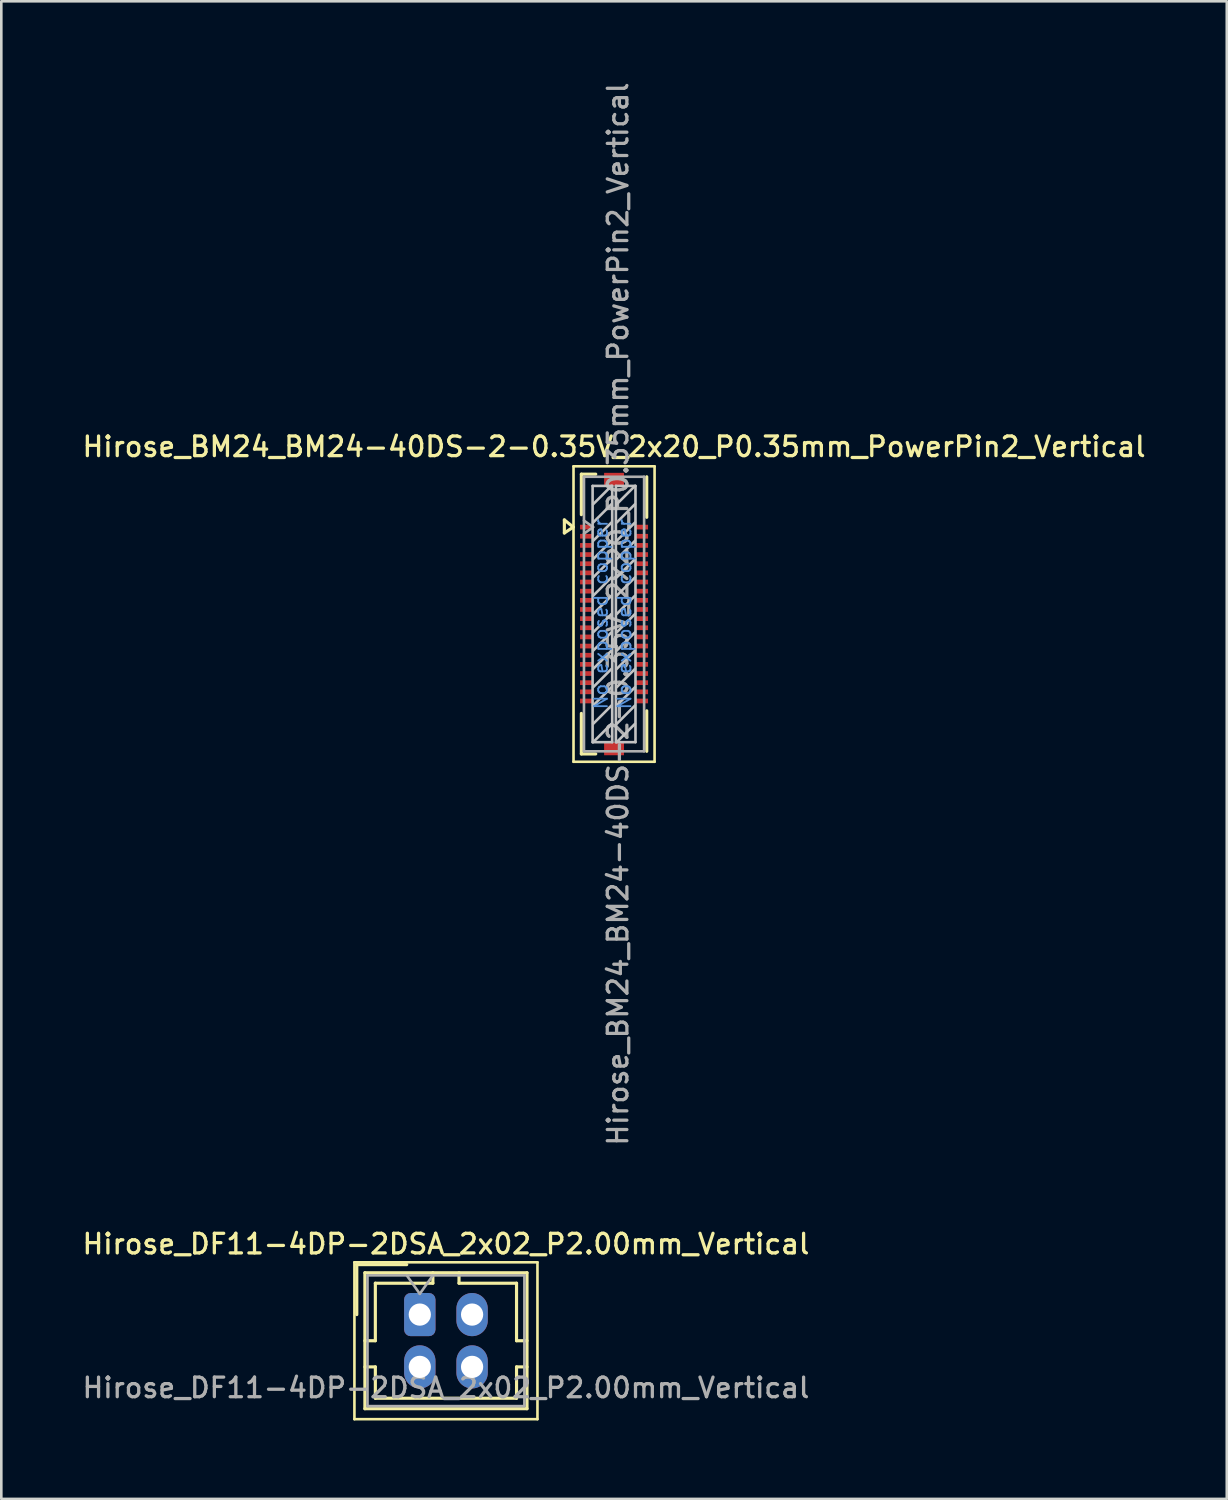
<source format=kicad_pcb>
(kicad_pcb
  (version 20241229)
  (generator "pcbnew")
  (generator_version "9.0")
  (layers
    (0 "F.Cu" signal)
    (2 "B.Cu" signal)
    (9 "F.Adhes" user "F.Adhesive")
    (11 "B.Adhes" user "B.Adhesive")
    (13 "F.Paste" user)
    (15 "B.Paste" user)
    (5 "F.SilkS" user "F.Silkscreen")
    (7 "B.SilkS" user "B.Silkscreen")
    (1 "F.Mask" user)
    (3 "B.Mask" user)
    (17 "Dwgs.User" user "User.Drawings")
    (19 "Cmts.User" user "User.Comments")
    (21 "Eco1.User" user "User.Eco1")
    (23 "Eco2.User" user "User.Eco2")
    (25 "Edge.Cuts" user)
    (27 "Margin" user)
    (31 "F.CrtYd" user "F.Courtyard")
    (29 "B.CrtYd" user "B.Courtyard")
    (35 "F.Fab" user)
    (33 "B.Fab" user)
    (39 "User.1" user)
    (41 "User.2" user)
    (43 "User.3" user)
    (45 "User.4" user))
  (footprint "Hirose_DF11-4DP-2DSA_2x02_P2.00mm_Vertical"
    (layer "F.Cu")
    (at 13.005 47.226)
    (property "Reference" "Hirose_DF11-4DP-2DSA_2x02_P2.00mm_Vertical" (at 1 -2.7 0) (layer "F.SilkS") (effects (font (size 0.75 0.75) (thickness 0.125))))
    (attr through_hole)
    (fp_line (start -2.5 -2) (end -2.5 4) (stroke (width 0.1) (type solid)) (layer "F.SilkS"))
    (fp_line (start -2.5 4) (end 4.5 4) (stroke (width 0.1) (type solid)) (layer "F.SilkS"))
    (fp_line (start -2.41 -1.91) (end -0.5 -1.91) (stroke (width 0.12) (type solid)) (layer "F.SilkS"))
    (fp_line (start -2.41 0) (end -2.41 -1.91) (stroke (width 0.12) (type solid)) (layer "F.SilkS"))
    (fp_line (start -2.1 -1.6) (end -2.1 3.6) (stroke (width 0.12) (type solid)) (layer "F.SilkS"))
    (fp_line (start -2.1 1) (end -1.7 1) (stroke (width 0.12) (type solid)) (layer "F.SilkS"))
    (fp_line (start -2.1 2) (end -1.7 2) (stroke (width 0.12) (type solid)) (layer "F.SilkS"))
    (fp_line (start -2.1 3.6) (end 4.1 3.6) (stroke (width 0.12) (type solid)) (layer "F.SilkS"))
    (fp_line (start -1.7 -1.2) (end 0.5 -1.2) (stroke (width 0.12) (type solid)) (layer "F.SilkS"))
    (fp_line (start -1.7 1) (end -1.7 -1.2) (stroke (width 0.12) (type solid)) (layer "F.SilkS"))
    (fp_line (start -1.7 2) (end -1.7 3.2) (stroke (width 0.12) (type solid)) (layer "F.SilkS"))
    (fp_line (start -1.7 3.2) (end 3.7 3.2) (stroke (width 0.12) (type solid)) (layer "F.SilkS"))
    (fp_line (start 0.5 -1.2) (end 0.5 -1.6) (stroke (width 0.12) (type solid)) (layer "F.SilkS"))
    (fp_line (start 1.5 -1.2) (end 1.5 -1.6) (stroke (width 0.12) (type solid)) (layer "F.SilkS"))
    (fp_line (start 3.7 -1.2) (end 1.5 -1.2) (stroke (width 0.12) (type solid)) (layer "F.SilkS"))
    (fp_line (start 3.7 1) (end 3.7 -1.2) (stroke (width 0.12) (type solid)) (layer "F.SilkS"))
    (fp_line (start 3.7 2) (end 4.1 2) (stroke (width 0.12) (type solid)) (layer "F.SilkS"))
    (fp_line (start 3.7 3.2) (end 3.7 2) (stroke (width 0.12) (type solid)) (layer "F.SilkS"))
    (fp_line (start 4.1 -1.6) (end -2.1 -1.6) (stroke (width 0.12) (type solid)) (layer "F.SilkS"))
    (fp_line (start 4.1 1) (end 3.7 1) (stroke (width 0.12) (type solid)) (layer "F.SilkS"))
    (fp_line (start 4.1 3.6) (end 4.1 -1.6) (stroke (width 0.12) (type solid)) (layer "F.SilkS"))
    (fp_line (start 4.5 -2) (end -2.5 -2) (stroke (width 0.1) (type solid)) (layer "F.SilkS"))
    (fp_line (start 4.5 4) (end 4.5 -2) (stroke (width 0.1) (type solid)) (layer "F.SilkS"))
    (fp_line (start -2 -1.5) (end -2 3.5) (stroke (width 0.1) (type solid)) (layer "F.Fab"))
    (fp_line (start -2 3.5) (end 4 3.5) (stroke (width 0.1) (type solid)) (layer "F.Fab"))
    (fp_line (start -0.5 -1.5) (end 0 -0.793) (stroke (width 0.1) (type solid)) (layer "F.Fab"))
    (fp_line (start 0 -0.793) (end 0.5 -1.5) (stroke (width 0.1) (type solid)) (layer "F.Fab"))
    (fp_line (start 4 -1.5) (end -2 -1.5) (stroke (width 0.1) (type solid)) (layer "F.Fab"))
    (fp_line (start 4 3.5) (end 4 -1.5) (stroke (width 0.1) (type solid)) (layer "F.Fab"))
    (fp_text user "${REFERENCE}" (at 1 2.8 0) (layer "F.Fab") (effects (font (size 0.75 0.75) (thickness 0.125))))
    (pad "1" thru_hole roundrect (at 0 0) (size 1.2 1.65) (drill 0.85) (layers "*.Cu" "*.Mask") (roundrect_rratio 0.208))
    (pad "2" thru_hole oval (at 0 2) (size 1.2 1.65) (drill 0.85) (layers "*.Cu" "*.Mask"))
    (pad "3" thru_hole oval (at 2 0) (size 1.2 1.65) (drill 0.85) (layers "*.Cu" "*.Mask"))
    (pad "4" thru_hole oval (at 2 2) (size 1.2 1.65) (drill 0.85) (layers "*.Cu" "*.Mask")))
  (footprint "Hirose_BM24_BM24-40DS-2-0.35V_2x20_P0.35mm_PowerPin2_Vertical"
    (layer "F.Cu")
    (at 20.434 20.434)
    (property "Reference" "Hirose_BM24_BM24-40DS-2-0.35V_2x20_P0.35mm_PowerPin2_Vertical" (at 0 -6.4 0) (layer "F.SilkS") (effects (font (size 0.75 0.75) (thickness 0.125))))
    (attr smd)
    (fp_line (start -1.9 -3.6) (end -1.56 -3.325) (stroke (width 0.12) (type solid)) (layer "F.SilkS"))
    (fp_line (start -1.9 -3.1) (end -1.9 -3.6) (stroke (width 0.12) (type solid)) (layer "F.SilkS"))
    (fp_line (start -1.56 -3.325) (end -1.9 -3.1) (stroke (width 0.12) (type solid)) (layer "F.SilkS"))
    (fp_line (start -1.55 -5.65) (end 1.55 -5.65) (stroke (width 0.1) (type solid)) (layer "F.SilkS"))
    (fp_line (start -1.55 5.65) (end -1.55 -5.65) (stroke (width 0.1) (type solid)) (layer "F.SilkS"))
    (fp_line (start -1.25 -5.35) (end -1.25 -3.8) (stroke (width 0.12) (type solid)) (layer "F.SilkS"))
    (fp_line (start -1.25 -5.35) (end -0.7 -5.35) (stroke (width 0.12) (type solid)) (layer "F.SilkS"))
    (fp_line (start -1.25 5.35) (end -1.25 3.8) (stroke (width 0.12) (type solid)) (layer "F.SilkS"))
    (fp_line (start -1.25 5.35) (end -0.7 5.35) (stroke (width 0.12) (type solid)) (layer "F.SilkS"))
    (fp_line (start 1.25 -5.25) (end 1.25 -3.7) (stroke (width 0.12) (type solid)) (layer "F.SilkS"))
    (fp_line (start 1.25 3.7) (end 1.25 5.25) (stroke (width 0.12) (type solid)) (layer "F.SilkS"))
    (fp_line (start 1.55 -5.65) (end 1.55 5.65) (stroke (width 0.1) (type solid)) (layer "F.SilkS"))
    (fp_line (start 1.55 5.65) (end -1.55 5.65) (stroke (width 0.1) (type solid)) (layer "F.SilkS"))
    (fp_line (start -0.82 -4.9) (end -0.82 4.9) (stroke (width 0.1) (type solid)) (layer "Dwgs.User"))
    (fp_line (start -0.82 4.9) (end -0.07 4.9) (stroke (width 0.1) (type solid)) (layer "Dwgs.User"))
    (fp_line (start -0.8 -3.5) (end -0.1 -4.2) (stroke (width 0.1) (type solid)) (layer "Dwgs.User"))
    (fp_line (start -0.8 -2.8) (end -0.1 -3.5) (stroke (width 0.1) (type solid)) (layer "Dwgs.User"))
    (fp_line (start -0.8 -2.1) (end -0.1 -2.8) (stroke (width 0.1) (type solid)) (layer "Dwgs.User"))
    (fp_line (start -0.8 -1.4) (end -0.1 -2.1) (stroke (width 0.1) (type solid)) (layer "Dwgs.User"))
    (fp_line (start -0.8 -0.7) (end -0.1 -1.4) (stroke (width 0.1) (type solid)) (layer "Dwgs.User"))
    (fp_line (start -0.8 0) (end -0.1 -0.7) (stroke (width 0.1) (type solid)) (layer "Dwgs.User"))
    (fp_line (start -0.8 0.7) (end -0.1 0) (stroke (width 0.1) (type solid)) (layer "Dwgs.User"))
    (fp_line (start -0.8 1.4) (end -0.1 0.7) (stroke (width 0.1) (type solid)) (layer "Dwgs.User"))
    (fp_line (start -0.8 2.1) (end -0.1 1.4) (stroke (width 0.1) (type solid)) (layer "Dwgs.User"))
    (fp_line (start -0.8 2.8) (end -0.1 2.1) (stroke (width 0.1) (type solid)) (layer "Dwgs.User"))
    (fp_line (start -0.8 3.5) (end -0.1 2.8) (stroke (width 0.1) (type solid)) (layer "Dwgs.User"))
    (fp_line (start -0.8 4.2) (end -0.1 3.5) (stroke (width 0.1) (type solid)) (layer "Dwgs.User"))
    (fp_line (start -0.8 4.9) (end -0.1 4.2) (stroke (width 0.1) (type solid)) (layer "Dwgs.User"))
    (fp_line (start -0.1 -4.9) (end -0.8 -4.2) (stroke (width 0.1) (type solid)) (layer "Dwgs.User"))
    (fp_line (start -0.07 -4.9) (end -0.82 -4.9) (stroke (width 0.1) (type solid)) (layer "Dwgs.User"))
    (fp_line (start -0.07 4.9) (end -0.07 -4.9) (stroke (width 0.1) (type solid)) (layer "Dwgs.User"))
    (fp_line (start 0.07 -4.9) (end 0.07 4.9) (stroke (width 0.1) (type solid)) (layer "Dwgs.User"))
    (fp_line (start 0.07 4.9) (end 0.82 4.9) (stroke (width 0.1) (type solid)) (layer "Dwgs.User"))
    (fp_line (start 0.1 -4.2) (end 0.8 -4.9) (stroke (width 0.1) (type solid)) (layer "Dwgs.User"))
    (fp_line (start 0.1 -3.5) (end 0.8 -4.2) (stroke (width 0.1) (type solid)) (layer "Dwgs.User"))
    (fp_line (start 0.1 -2.8) (end 0.8 -3.5) (stroke (width 0.1) (type solid)) (layer "Dwgs.User"))
    (fp_line (start 0.1 -2.1) (end 0.8 -2.8) (stroke (width 0.1) (type solid)) (layer "Dwgs.User"))
    (fp_line (start 0.1 -1.4) (end 0.8 -2.1) (stroke (width 0.1) (type solid)) (layer "Dwgs.User"))
    (fp_line (start 0.1 -0.7) (end 0.8 -1.4) (stroke (width 0.1) (type solid)) (layer "Dwgs.User"))
    (fp_line (start 0.1 0) (end 0.8 -0.7) (stroke (width 0.1) (type solid)) (layer "Dwgs.User"))
    (fp_line (start 0.1 0.7) (end 0.8 0) (stroke (width 0.1) (type solid)) (layer "Dwgs.User"))
    (fp_line (start 0.1 1.4) (end 0.8 0.7) (stroke (width 0.1) (type solid)) (layer "Dwgs.User"))
    (fp_line (start 0.1 2.1) (end 0.8 1.4) (stroke (width 0.1) (type solid)) (layer "Dwgs.User"))
    (fp_line (start 0.1 2.8) (end 0.8 2.1) (stroke (width 0.1) (type solid)) (layer "Dwgs.User"))
    (fp_line (start 0.1 3.5) (end 0.8 2.8) (stroke (width 0.1) (type solid)) (layer "Dwgs.User"))
    (fp_line (start 0.1 4.2) (end 0.8 3.5) (stroke (width 0.1) (type solid)) (layer "Dwgs.User"))
    (fp_line (start 0.1 4.9) (end 0.8 4.2) (stroke (width 0.1) (type solid)) (layer "Dwgs.User"))
    (fp_line (start 0.82 -4.9) (end 0.07 -4.9) (stroke (width 0.1) (type solid)) (layer "Dwgs.User"))
    (fp_line (start 0.82 4.9) (end 0.82 -4.9) (stroke (width 0.1) (type solid)) (layer "Dwgs.User"))
    (fp_line (start -1.15 -5.25) (end -1.15 5.25) (stroke (width 0.1) (type solid)) (layer "F.Fab"))
    (fp_line (start -1.15 -5.25) (end 1.15 -5.25) (stroke (width 0.1) (type solid)) (layer "F.Fab"))
    (fp_line (start -1.15 -3.575) (end -0.8 -3.325) (stroke (width 0.1) (type solid)) (layer "F.Fab"))
    (fp_line (start -1.15 5.25) (end 1.15 5.25) (stroke (width 0.1) (type solid)) (layer "F.Fab"))
    (fp_line (start -0.8 -3.325) (end -1.15 -3.075) (stroke (width 0.1) (type solid)) (layer "F.Fab"))
    (fp_line (start 1.15 -5.25) (end 1.15 5.25) (stroke (width 0.1) (type solid)) (layer "F.Fab"))
    (fp_text user "No exposed copper" (at 0.4 0 90) (layer "Cmts.User") (effects (font (size 0.5 0.5) (thickness 0.07))))
    (fp_text user "No exposed copper" (at -0.5 0 90) (layer "Cmts.User") (effects (font (size 0.5 0.5) (thickness 0.07))))
    (fp_text user "${REFERENCE}" (at 0.15 0 90) (layer "F.Fab") (effects (font (size 0.75 0.75) (thickness 0.125))))
    (pad "1" smd rect (at -1.06 -3.325 90) (size 0.18 0.48) (layers "F.Cu" "F.Mask" "F.Paste"))
    (pad "2" smd rect (at 1.06 -3.325 90) (size 0.18 0.48) (layers "F.Cu" "F.Mask" "F.Paste"))
    (pad "3" smd rect (at -1.06 -2.975 90) (size 0.18 0.48) (layers "F.Cu" "F.Mask" "F.Paste"))
    (pad "4" smd rect (at 1.06 -2.975 90) (size 0.18 0.48) (layers "F.Cu" "F.Mask" "F.Paste"))
    (pad "5" smd rect (at -1.06 -2.625 90) (size 0.18 0.48) (layers "F.Cu" "F.Mask" "F.Paste"))
    (pad "6" smd rect (at 1.06 -2.625 90) (size 0.18 0.48) (layers "F.Cu" "F.Mask" "F.Paste"))
    (pad "7" smd rect (at -1.06 -2.275 90) (size 0.18 0.48) (layers "F.Cu" "F.Mask" "F.Paste"))
    (pad "8" smd rect (at 1.06 -2.275 90) (size 0.18 0.48) (layers "F.Cu" "F.Mask" "F.Paste"))
    (pad "9" smd rect (at -1.06 -1.925 90) (size 0.18 0.48) (layers "F.Cu" "F.Mask" "F.Paste"))
    (pad "10" smd rect (at 1.06 -1.925 90) (size 0.18 0.48) (layers "F.Cu" "F.Mask" "F.Paste"))
    (pad "11" smd rect (at -1.06 -1.575 90) (size 0.18 0.48) (layers "F.Cu" "F.Mask" "F.Paste"))
    (pad "12" smd rect (at 1.06 -1.575 90) (size 0.18 0.48) (layers "F.Cu" "F.Mask" "F.Paste"))
    (pad "13" smd rect (at -1.06 -1.225 90) (size 0.18 0.48) (layers "F.Cu" "F.Mask" "F.Paste"))
    (pad "14" smd rect (at 1.06 -1.225 90) (size 0.18 0.48) (layers "F.Cu" "F.Mask" "F.Paste"))
    (pad "15" smd rect (at -1.06 -0.875 90) (size 0.18 0.48) (layers "F.Cu" "F.Mask" "F.Paste"))
    (pad "16" smd rect (at 1.06 -0.875 90) (size 0.18 0.48) (layers "F.Cu" "F.Mask" "F.Paste"))
    (pad "17" smd rect (at -1.06 -0.525 90) (size 0.18 0.48) (layers "F.Cu" "F.Mask" "F.Paste"))
    (pad "18" smd rect (at 1.06 -0.525 90) (size 0.18 0.48) (layers "F.Cu" "F.Mask" "F.Paste"))
    (pad "19" smd rect (at -1.06 -0.175 90) (size 0.18 0.48) (layers "F.Cu" "F.Mask" "F.Paste"))
    (pad "20" smd rect (at 1.06 -0.175 90) (size 0.18 0.48) (layers "F.Cu" "F.Mask" "F.Paste"))
    (pad "21" smd rect (at -1.06 0.175 90) (size 0.18 0.48) (layers "F.Cu" "F.Mask" "F.Paste"))
    (pad "22" smd rect (at 1.06 0.175 90) (size 0.18 0.48) (layers "F.Cu" "F.Mask" "F.Paste"))
    (pad "23" smd rect (at -1.06 0.525 90) (size 0.18 0.48) (layers "F.Cu" "F.Mask" "F.Paste"))
    (pad "24" smd rect (at 1.06 0.525 90) (size 0.18 0.48) (layers "F.Cu" "F.Mask" "F.Paste"))
    (pad "25" smd rect (at -1.06 0.875 90) (size 0.18 0.48) (layers "F.Cu" "F.Mask" "F.Paste"))
    (pad "26" smd rect (at 1.06 0.875 90) (size 0.18 0.48) (layers "F.Cu" "F.Mask" "F.Paste"))
    (pad "27" smd rect (at -1.06 1.225 90) (size 0.18 0.48) (layers "F.Cu" "F.Mask" "F.Paste"))
    (pad "28" smd rect (at 1.06 1.225 90) (size 0.18 0.48) (layers "F.Cu" "F.Mask" "F.Paste"))
    (pad "29" smd rect (at -1.06 1.575 90) (size 0.18 0.48) (layers "F.Cu" "F.Mask" "F.Paste"))
    (pad "30" smd rect (at 1.06 1.575 90) (size 0.18 0.48) (layers "F.Cu" "F.Mask" "F.Paste"))
    (pad "31" smd rect (at -1.06 1.925 90) (size 0.18 0.48) (layers "F.Cu" "F.Mask" "F.Paste"))
    (pad "32" smd rect (at 1.06 1.925 90) (size 0.18 0.48) (layers "F.Cu" "F.Mask" "F.Paste"))
    (pad "33" smd rect (at -1.06 2.275 90) (size 0.18 0.48) (layers "F.Cu" "F.Mask" "F.Paste"))
    (pad "34" smd rect (at 1.06 2.275 90) (size 0.18 0.48) (layers "F.Cu" "F.Mask" "F.Paste"))
    (pad "35" smd rect (at -1.06 2.625 90) (size 0.18 0.48) (layers "F.Cu" "F.Mask" "F.Paste"))
    (pad "36" smd rect (at 1.06 2.625 90) (size 0.18 0.48) (layers "F.Cu" "F.Mask" "F.Paste"))
    (pad "37" smd rect (at -1.06 2.975 90) (size 0.18 0.48) (layers "F.Cu" "F.Mask" "F.Paste"))
    (pad "38" smd rect (at 1.06 2.975 90) (size 0.18 0.48) (layers "F.Cu" "F.Mask" "F.Paste"))
    (pad "39" smd rect (at -1.06 3.325 90) (size 0.18 0.48) (layers "F.Cu" "F.Mask" "F.Paste"))
    (pad "40" smd rect (at 1.06 3.325 90) (size 0.18 0.48) (layers "F.Cu" "F.Mask" "F.Paste"))
    (pad "41" smd rect (at 0 -5.155 90) (size 0.49 0.76) (layers "F.Cu" "F.Mask" "F.Paste"))
    (pad "42" smd rect (at 0 5.155 90) (size 0.49 0.76) (layers "F.Cu" "F.Mask" "F.Paste")))
  (gr_rect
    (start -3 -3)
    (end 43.868 54.276)
    (stroke (width 0.1) (type default))
    (fill no)
    (layer "Edge.Cuts")))
</source>
